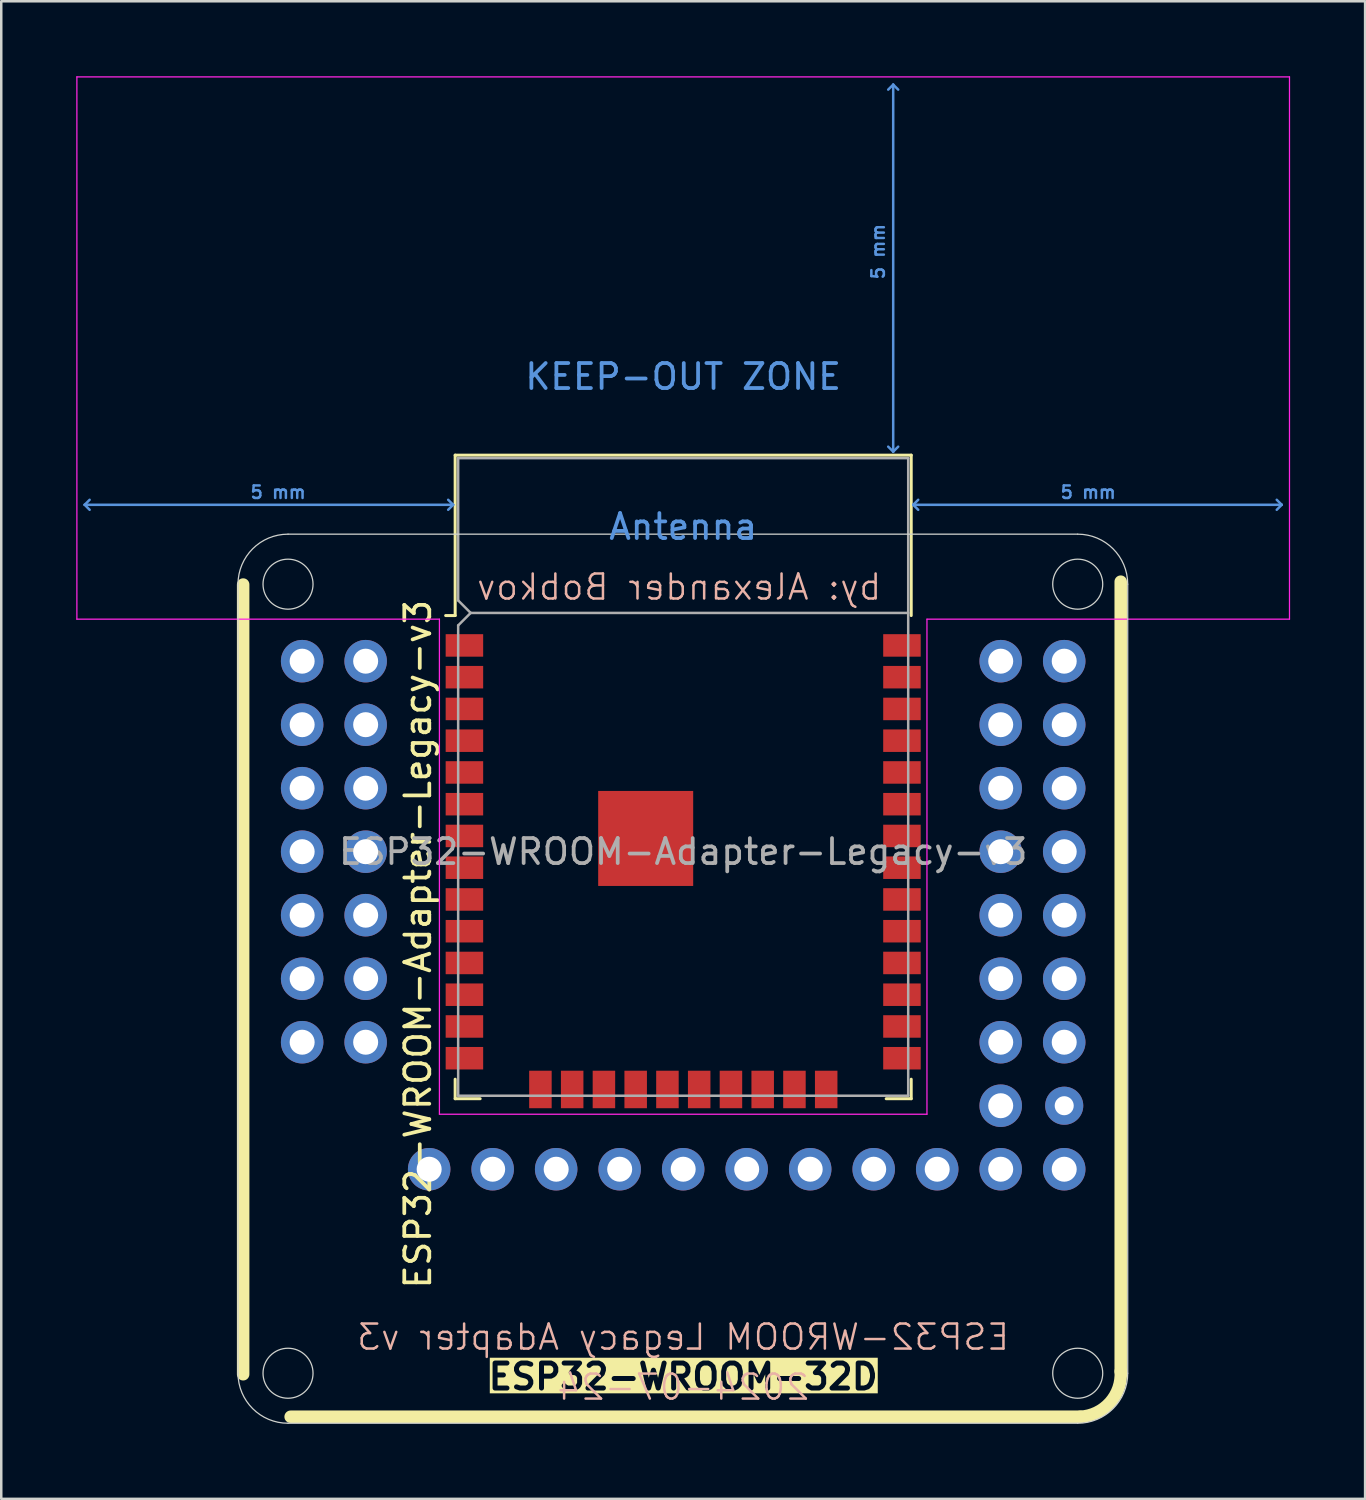
<source format=kicad_pcb>
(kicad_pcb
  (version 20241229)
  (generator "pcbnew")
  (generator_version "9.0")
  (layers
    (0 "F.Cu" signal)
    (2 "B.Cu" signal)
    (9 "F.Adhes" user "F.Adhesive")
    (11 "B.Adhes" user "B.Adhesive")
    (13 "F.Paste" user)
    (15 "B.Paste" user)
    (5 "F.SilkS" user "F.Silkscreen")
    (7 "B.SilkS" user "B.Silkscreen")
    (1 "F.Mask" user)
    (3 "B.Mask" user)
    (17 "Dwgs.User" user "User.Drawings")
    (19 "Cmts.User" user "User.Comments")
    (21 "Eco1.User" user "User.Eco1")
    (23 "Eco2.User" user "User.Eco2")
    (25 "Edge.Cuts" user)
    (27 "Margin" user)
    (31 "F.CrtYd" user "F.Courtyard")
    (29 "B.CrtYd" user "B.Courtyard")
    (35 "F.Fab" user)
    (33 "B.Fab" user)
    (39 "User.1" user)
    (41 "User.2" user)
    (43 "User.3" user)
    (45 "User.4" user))
  (footprint "ESP32-WROOM-Adapter-Legacy-v3"
    (layer "F.Cu")
    (at 24.275 31.015)
    (property "Reference" "ESP32-WROOM-Adapter-Legacy-v3" (at -10.61 3.7 90) (layer "F.SilkS") (effects (font (size 1 1) (thickness 0.15))))
    (attr through_hole)
    (fp_line (start -17.6 -10.685) (end -17.6 20.9) (stroke (width 0.5) (type default)) (layer "F.SilkS"))
    (fp_line (start -9.12 -15.86) (end -9.12 -9.445) (stroke (width 0.12) (type solid)) (layer "F.SilkS"))
    (fp_line (start -9.12 -15.86) (end 9.12 -15.86) (stroke (width 0.12) (type solid)) (layer "F.SilkS"))
    (fp_line (start -9.12 -9.445) (end -9.5 -9.445) (stroke (width 0.12) (type solid)) (layer "F.SilkS"))
    (fp_line (start -9.12 9.1) (end -9.12 9.88) (stroke (width 0.12) (type solid)) (layer "F.SilkS"))
    (fp_line (start -9.12 9.88) (end -8.12 9.88) (stroke (width 0.12) (type solid)) (layer "F.SilkS"))
    (fp_line (start 9.12 -15.86) (end 9.12 -9.445) (stroke (width 0.12) (type solid)) (layer "F.SilkS"))
    (fp_line (start 9.12 9.1) (end 9.12 9.88) (stroke (width 0.12) (type solid)) (layer "F.SilkS"))
    (fp_line (start 9.12 9.88) (end 8.12 9.88) (stroke (width 0.12) (type solid)) (layer "F.SilkS"))
    (fp_line (start 15.885 22.6) (end -15.7 22.6) (stroke (width 0.5) (type default)) (layer "F.SilkS"))
    (fp_line (start 17.5 -10.8) (end 17.5 20.785) (stroke (width 0.5) (type default)) (layer "F.SilkS"))
    (fp_arc (start 17.5 20.7854) (mid 17.071898 22.033759) (end 15.880748 22.601944) (stroke (width 0.5) (type default)) (layer "F.SilkS"))
    (fp_line (start -23.94 -13.875) (end -23.74 -14.075) (stroke (width 0.1) (type solid)) (layer "Cmts.User"))
    (fp_line (start -23.94 -13.875) (end -23.74 -13.675) (stroke (width 0.1) (type solid)) (layer "Cmts.User"))
    (fp_line (start -23.94 -13.875) (end -9.2 -13.875) (stroke (width 0.1) (type solid)) (layer "Cmts.User"))
    (fp_line (start -9.2 -13.875) (end -9.4 -14.075) (stroke (width 0.1) (type solid)) (layer "Cmts.User"))
    (fp_line (start -9.2 -13.875) (end -9.4 -13.675) (stroke (width 0.1) (type solid)) (layer "Cmts.User"))
    (fp_line (start 8.4 -30.68) (end 8.2 -30.48) (stroke (width 0.1) (type solid)) (layer "Cmts.User"))
    (fp_line (start 8.4 -30.68) (end 8.6 -30.48) (stroke (width 0.1) (type solid)) (layer "Cmts.User"))
    (fp_line (start 8.4 -16) (end 8.2 -16.2) (stroke (width 0.1) (type solid)) (layer "Cmts.User"))
    (fp_line (start 8.4 -16) (end 8.4 -30.68) (stroke (width 0.1) (type solid)) (layer "Cmts.User"))
    (fp_line (start 8.4 -16) (end 8.6 -16.2) (stroke (width 0.1) (type solid)) (layer "Cmts.User"))
    (fp_line (start 9.2 -13.875) (end 9.4 -14.075) (stroke (width 0.1) (type solid)) (layer "Cmts.User"))
    (fp_line (start 9.2 -13.875) (end 9.4 -13.675) (stroke (width 0.1) (type solid)) (layer "Cmts.User"))
    (fp_line (start 9.2 -13.875) (end 23.94 -13.875) (stroke (width 0.1) (type solid)) (layer "Cmts.User"))
    (fp_line (start 23.94 -13.875) (end 23.74 -14.075) (stroke (width 0.1) (type solid)) (layer "Cmts.User"))
    (fp_line (start 23.94 -13.875) (end 23.74 -13.675) (stroke (width 0.1) (type solid)) (layer "Cmts.User"))
    (fp_line (start -17.805 20.86) (end -17.805 -10.7) (stroke (width 0.05) (type default)) (layer "Edge.Cuts"))
    (fp_line (start -15.805 -12.7) (end 15.78 -12.7) (stroke (width 0.05) (type default)) (layer "Edge.Cuts"))
    (fp_line (start 15.78 22.86) (end -15.805 22.86) (stroke (width 0.05) (type default)) (layer "Edge.Cuts"))
    (fp_line (start 17.78 -10.7) (end 17.78 20.86) (stroke (width 0.05) (type default)) (layer "Edge.Cuts"))
    (fp_arc (start -17.8054 -10.7) (mid -17.219614 -12.114214) (end -15.8054 -12.7) (stroke (width 0.05) (type default)) (layer "Edge.Cuts"))
    (fp_arc (start -15.8054 22.86) (mid -17.219614 22.274214) (end -17.8054 20.86) (stroke (width 0.05) (type default)) (layer "Edge.Cuts"))
    (fp_arc (start 15.78 -12.7) (mid 17.194214 -12.114214) (end 17.78 -10.7) (stroke (width 0.05) (type default)) (layer "Edge.Cuts"))
    (fp_arc (start 17.78 20.86) (mid 17.194214 22.274214) (end 15.78 22.86) (stroke (width 0.05) (type default)) (layer "Edge.Cuts"))
    (fp_circle (center -15.805 -10.7) (end -14.805 -10.7) (stroke (width 0.05) (type default)) (fill no) (layer "Edge.Cuts"))
    (fp_circle (center -15.805 20.86) (end -14.805 20.86) (stroke (width 0.05) (type default)) (fill no) (layer "Edge.Cuts"))
    (fp_circle (center 15.78 -10.7) (end 16.78 -10.7) (stroke (width 0.05) (type default)) (fill no) (layer "Edge.Cuts"))
    (fp_circle (center 15.78 20.86) (end 16.78 20.86) (stroke (width 0.05) (type default)) (fill no) (layer "Edge.Cuts"))
    (fp_line (start -24.25 -30.99) (end -24.25 -9.3) (stroke (width 0.05) (type solid)) (layer "F.CrtYd"))
    (fp_line (start -24.25 -30.99) (end 24.25 -30.99) (stroke (width 0.05) (type solid)) (layer "F.CrtYd"))
    (fp_line (start -24.25 -9.3) (end -9.75 -9.3) (stroke (width 0.05) (type solid)) (layer "F.CrtYd"))
    (fp_line (start -9.75 10.5) (end -9.75 -9.3) (stroke (width 0.05) (type solid)) (layer "F.CrtYd"))
    (fp_line (start -9.75 10.5) (end 9.75 10.5) (stroke (width 0.05) (type solid)) (layer "F.CrtYd"))
    (fp_line (start 9.75 -9.3) (end 9.75 10.5) (stroke (width 0.05) (type solid)) (layer "F.CrtYd"))
    (fp_line (start 9.75 -9.3) (end 24.25 -9.3) (stroke (width 0.05) (type solid)) (layer "F.CrtYd"))
    (fp_line (start 24.25 -30.99) (end 24.25 -9.3) (stroke (width 0.05) (type solid)) (layer "F.CrtYd"))
    (fp_line (start -9 -15.74) (end -9 -10.05) (stroke (width 0.1) (type solid)) (layer "F.Fab"))
    (fp_line (start -9 -15.74) (end 9 -15.74) (stroke (width 0.1) (type solid)) (layer "F.Fab"))
    (fp_line (start -9 -9.05) (end -9 9.76) (stroke (width 0.1) (type solid)) (layer "F.Fab"))
    (fp_line (start -9 -9.05) (end -8.5 -9.55) (stroke (width 0.1) (type solid)) (layer "F.Fab"))
    (fp_line (start -9 9.76) (end 9 9.76) (stroke (width 0.1) (type solid)) (layer "F.Fab"))
    (fp_line (start -8.5 -9.55) (end -9 -10.05) (stroke (width 0.1) (type solid)) (layer "F.Fab"))
    (fp_line (start -8.5 -9.55) (end 9 -9.55) (stroke (width 0.1) (type solid)) (layer "F.Fab"))
    (fp_line (start 9 9.76) (end 9 -15.74) (stroke (width 0.1) (type solid)) (layer "F.Fab"))
    (fp_text user "ESP32-WROOM-32D" (at 0 21 0) (unlocked yes) (layer "F.SilkS" knockout) (effects (font (size 1 1) (thickness 0.2) (bold yes))))
    (fp_text user "2024-07-24" (at 0 22 0) (unlocked yes) (layer "B.SilkS") (effects (font (size 1 1) (thickness 0.1)) (justify bottom mirror)))
    (fp_text user "ESP32-WROOM Legacy Adapter v3" (at 0 20 0) (unlocked yes) (layer "B.SilkS") (effects (font (size 1 1) (thickness 0.1)) (justify bottom mirror)))
    (fp_text user "by: Alexander Bobkov" (at 8 -10 0) (unlocked yes) (layer "B.SilkS") (effects (font (size 1 1) (thickness 0.1)) (justify left bottom mirror)))
    (fp_text user "5 mm" (at 16.2 -14.375 0) (layer "Cmts.User") (effects (font (size 0.5 0.5) (thickness 0.1))))
    (fp_text user "Antenna" (at 0 -13 0) (layer "Cmts.User") (effects (font (size 1 1) (thickness 0.15))))
    (fp_text user "5 mm" (at -16.2 -14.375 0) (layer "Cmts.User") (effects (font (size 0.5 0.5) (thickness 0.1))))
    (fp_text user "5 mm" (at 7.8 -24 90) (layer "Cmts.User") (effects (font (size 0.5 0.5) (thickness 0.1))))
    (fp_text user "KEEP-OUT ZONE" (at 0 -19 0) (layer "Cmts.User") (effects (font (size 1 1) (thickness 0.15))))
    (fp_text user "${REFERENCE}" (at 0 0 0) (layer "F.Fab") (effects (font (size 1 1) (thickness 0.15))))
    (pad "1" thru_hole circle (at -15.24 -7.62) (size 1.7 1.7) (drill 1) (layers "*.Cu" "*.Mask"))
    (pad "1" smd rect (at -8.75 -8.25) (size 1.5 0.9) (layers "F.Cu" "F.Mask" "F.Paste"))
    (pad "2" thru_hole circle (at -12.7 -7.62) (size 1.7 1.7) (drill 1) (layers "*.Cu" "*.Mask"))
    (pad "2" smd rect (at -8.75 -6.98) (size 1.5 0.9) (layers "F.Cu" "F.Mask" "F.Paste"))
    (pad "3" thru_hole circle (at -15.24 -5.08) (size 1.7 1.7) (drill 1) (layers "*.Cu" "*.Mask"))
    (pad "3" smd rect (at -8.75 -5.71) (size 1.5 0.9) (layers "F.Cu" "F.Mask" "F.Paste"))
    (pad "4" thru_hole circle (at -12.7 -5.08) (size 1.7 1.7) (drill 1) (layers "*.Cu" "*.Mask"))
    (pad "4" smd rect (at -8.75 -4.44) (size 1.5 0.9) (layers "F.Cu" "F.Mask" "F.Paste"))
    (pad "5" thru_hole circle (at -15.24 -2.54) (size 1.7 1.7) (drill 1) (layers "*.Cu" "*.Mask"))
    (pad "5" smd rect (at -8.75 -3.17) (size 1.5 0.9) (layers "F.Cu" "F.Mask" "F.Paste"))
    (pad "6" thru_hole circle (at -12.7 -2.54) (size 1.7 1.7) (drill 1) (layers "*.Cu" "*.Mask"))
    (pad "6" smd rect (at -8.75 -1.9) (size 1.5 0.9) (layers "F.Cu" "F.Mask" "F.Paste"))
    (pad "7" thru_hole circle (at -15.24 0) (size 1.7 1.7) (drill 1) (layers "*.Cu" "*.Mask"))
    (pad "7" smd rect (at -8.75 -0.63) (size 1.5 0.9) (layers "F.Cu" "F.Mask" "F.Paste"))
    (pad "8" thru_hole circle (at -12.7 0) (size 1.7 1.7) (drill 1) (layers "*.Cu" "*.Mask"))
    (pad "8" smd rect (at -8.75 0.64) (size 1.5 0.9) (layers "F.Cu" "F.Mask" "F.Paste"))
    (pad "9" thru_hole circle (at -15.24 2.54) (size 1.7 1.7) (drill 1) (layers "*.Cu" "*.Mask"))
    (pad "9" smd rect (at -8.75 1.91) (size 1.5 0.9) (layers "F.Cu" "F.Mask" "F.Paste"))
    (pad "10" thru_hole circle (at -12.7 2.54) (size 1.7 1.7) (drill 1) (layers "*.Cu" "*.Mask"))
    (pad "10" smd rect (at -8.75 3.18) (size 1.5 0.9) (layers "F.Cu" "F.Mask" "F.Paste"))
    (pad "11" thru_hole circle (at -15.24 5.08) (size 1.7 1.7) (drill 1) (layers "*.Cu" "*.Mask"))
    (pad "11" smd rect (at -8.75 4.45) (size 1.5 0.9) (layers "F.Cu" "F.Mask" "F.Paste"))
    (pad "12" thru_hole circle (at -12.7 5.08) (size 1.7 1.7) (drill 1) (layers "*.Cu" "*.Mask"))
    (pad "12" smd rect (at -8.75 5.72) (size 1.5 0.9) (layers "F.Cu" "F.Mask" "F.Paste"))
    (pad "13" thru_hole circle (at -15.24 7.62) (size 1.7 1.7) (drill 1) (layers "*.Cu" "*.Mask"))
    (pad "13" smd rect (at -8.75 6.99) (size 1.5 0.9) (layers "F.Cu" "F.Mask" "F.Paste"))
    (pad "14" thru_hole circle (at -12.7 7.62) (size 1.7 1.7) (drill 1) (layers "*.Cu" "*.Mask"))
    (pad "14" smd rect (at -8.75 8.26) (size 1.5 0.9) (layers "F.Cu" "F.Mask" "F.Paste"))
    (pad "15" thru_hole circle (at -10.16 12.7) (size 1.7 1.7) (drill 1) (layers "*.Cu" "*.Mask"))
    (pad "15" smd rect (at -5.71 9.51 90) (size 1.5 0.9) (layers "F.Cu" "F.Mask" "F.Paste"))
    (pad "15" thru_hole circle (at 15.24 12.7) (size 1.7 1.7) (drill 1) (layers "*.Cu" "*.Mask"))
    (pad "16" thru_hole circle (at -7.62 12.7) (size 1.7 1.7) (drill 1) (layers "*.Cu" "*.Mask"))
    (pad "16" smd rect (at -4.44 9.51 90) (size 1.5 0.9) (layers "F.Cu" "F.Mask" "F.Paste"))
    (pad "17" thru_hole circle (at -5.08 12.7) (size 1.7 1.7) (drill 1) (layers "*.Cu" "*.Mask"))
    (pad "17" smd rect (at -3.17 9.51 90) (size 1.5 0.9) (layers "F.Cu" "F.Mask" "F.Paste"))
    (pad "18" thru_hole circle (at -2.54 12.7) (size 1.7 1.7) (drill 1) (layers "*.Cu" "*.Mask"))
    (pad "18" smd rect (at -1.9 9.51 90) (size 1.5 0.9) (layers "F.Cu" "F.Mask" "F.Paste"))
    (pad "19" smd rect (at -0.63 9.51 90) (size 1.5 0.9) (layers "F.Cu" "F.Mask" "F.Paste"))
    (pad "19" thru_hole circle (at 0 12.7) (size 1.7 1.7) (drill 1) (layers "*.Cu" "*.Mask"))
    (pad "20" smd rect (at 0.64 9.51 90) (size 1.5 0.9) (layers "F.Cu" "F.Mask" "F.Paste"))
    (pad "20" thru_hole circle (at 2.54 12.7) (size 1.7 1.7) (drill 1) (layers "*.Cu" "*.Mask"))
    (pad "21" smd rect (at 1.91 9.51 90) (size 1.5 0.9) (layers "F.Cu" "F.Mask" "F.Paste"))
    (pad "21" thru_hole circle (at 5.08 12.7) (size 1.7 1.7) (drill 1) (layers "*.Cu" "*.Mask"))
    (pad "22" smd rect (at 3.18 9.51 90) (size 1.5 0.9) (layers "F.Cu" "F.Mask" "F.Paste"))
    (pad "22" thru_hole circle (at 7.62 12.7) (size 1.7 1.7) (drill 1) (layers "*.Cu" "*.Mask"))
    (pad "23" smd rect (at 4.45 9.51 90) (size 1.5 0.9) (layers "F.Cu" "F.Mask" "F.Paste"))
    (pad "23" thru_hole circle (at 10.16 12.7) (size 1.7 1.7) (drill 1) (layers "*.Cu" "*.Mask"))
    (pad "24" smd rect (at 5.72 9.51 90) (size 1.5 0.9) (layers "F.Cu" "F.Mask" "F.Paste"))
    (pad "24" thru_hole circle (at 12.7 12.7) (size 1.7 1.7) (drill 1) (layers "*.Cu" "*.Mask"))
    (pad "25" smd rect (at 8.75 8.26) (size 1.5 0.9) (layers "F.Cu" "F.Mask" "F.Paste"))
    (pad "25" thru_hole circle (at 12.7 10.16) (size 1.7 1.7) (drill 1) (layers "*.Cu" "*.Mask"))
    (pad "25" thru_hole circle (at 15.24 7.62) (size 1.7 1.7) (drill 1) (layers "*.Cu" "*.Mask"))
    (pad "26" smd rect (at 8.75 6.99) (size 1.5 0.9) (layers "F.Cu" "F.Mask" "F.Paste"))
    (pad "26" thru_hole circle (at 12.7 7.62) (size 1.7 1.7) (drill 1) (layers "*.Cu" "*.Mask"))
    (pad "27" smd rect (at 8.75 5.72) (size 1.5 0.9) (layers "F.Cu" "F.Mask" "F.Paste"))
    (pad "27" thru_hole circle (at 15.24 5.08) (size 1.7 1.7) (drill 1) (layers "*.Cu" "*.Mask"))
    (pad "28" smd rect (at 8.75 4.45) (size 1.5 0.9) (layers "F.Cu" "F.Mask" "F.Paste"))
    (pad "28" thru_hole circle (at 12.7 5.08) (size 1.7 1.7) (drill 1) (layers "*.Cu" "*.Mask"))
    (pad "29" smd rect (at 8.75 3.18) (size 1.5 0.9) (layers "F.Cu" "F.Mask" "F.Paste"))
    (pad "29" thru_hole circle (at 15.24 2.54) (size 1.7 1.7) (drill 1) (layers "*.Cu" "*.Mask"))
    (pad "30" smd rect (at 8.75 1.91) (size 1.5 0.9) (layers "F.Cu" "F.Mask" "F.Paste"))
    (pad "30" thru_hole circle (at 12.7 2.54) (size 1.7 1.7) (drill 1) (layers "*.Cu" "*.Mask"))
    (pad "31" smd rect (at 8.75 0.64) (size 1.5 0.9) (layers "F.Cu" "F.Mask" "F.Paste"))
    (pad "31" thru_hole circle (at 15.24 0) (size 1.7 1.7) (drill 1) (layers "*.Cu" "*.Mask"))
    (pad "32" smd rect (at 8.75 -0.63) (size 1.5 0.9) (layers "F.Cu" "F.Mask" "F.Paste"))
    (pad "32" thru_hole circle (at 12.7 0) (size 1.7 1.7) (drill 1) (layers "*.Cu" "*.Mask"))
    (pad "33" smd rect (at 8.75 -1.9) (size 1.5 0.9) (layers "F.Cu" "F.Mask" "F.Paste"))
    (pad "33" thru_hole circle (at 15.24 -2.54) (size 1.7 1.7) (drill 1) (layers "*.Cu" "*.Mask"))
    (pad "34" smd rect (at 8.75 -3.17) (size 1.5 0.9) (layers "F.Cu" "F.Mask" "F.Paste"))
    (pad "34" thru_hole circle (at 12.7 -2.54) (size 1.7 1.7) (drill 1) (layers "*.Cu" "*.Mask"))
    (pad "35" smd rect (at 8.75 -4.44) (size 1.5 0.9) (layers "F.Cu" "F.Mask" "F.Paste"))
    (pad "35" thru_hole circle (at 15.24 -5.08) (size 1.7 1.7) (drill 1) (layers "*.Cu" "*.Mask"))
    (pad "36" smd rect (at 8.75 -5.71) (size 1.5 0.9) (layers "F.Cu" "F.Mask" "F.Paste"))
    (pad "36" thru_hole circle (at 12.7 -5.08) (size 1.7 1.7) (drill 1) (layers "*.Cu" "*.Mask"))
    (pad "37" smd rect (at 8.75 -6.98) (size 1.5 0.9) (layers "F.Cu" "F.Mask" "F.Paste"))
    (pad "37" thru_hole circle (at 15.24 -7.62) (size 1.7 1.7) (drill 1) (layers "*.Cu" "*.Mask"))
    (pad "38" smd rect (at 8.75 -8.25) (size 1.5 0.9) (layers "F.Cu" "F.Mask" "F.Paste"))
    (pad "38" thru_hole circle (at 12.7 -7.62) (size 1.7 1.7) (drill 1) (layers "*.Cu" "*.Mask"))
    (pad "38" thru_hole circle (at 15.24 10.16) (size 1.524 1.524) (drill 0.762) (layers "*.Cu" "*.Mask"))
    (pad "39" smd rect (at -1.5 -0.53) (size 3.8 3.8) (layers "F.Cu" "F.Mask"))
    (zone (net_name "") (layers "F.Cu" "B.Cu") (hatch full 0.508) (connect_pads) (min_thickness 0.254) (filled_areas_thickness no) (keepout (tracks not_allowed) (vias not_allowed) (pads not_allowed) (copperpour not_allowed) (footprints not_allowed)) (placement (enabled no)) (fill) (polygon (pts (xy 0.275 21.465) (xy 48.275 21.465) (xy 48.275 0.275) (xy 0.275 0.275)))))
  (gr_rect
    (start -3 -3)
    (end 51.55 56.9)
    (stroke (width 0.1) (type default))
    (fill no)
    (layer "Edge.Cuts")))
</source>
